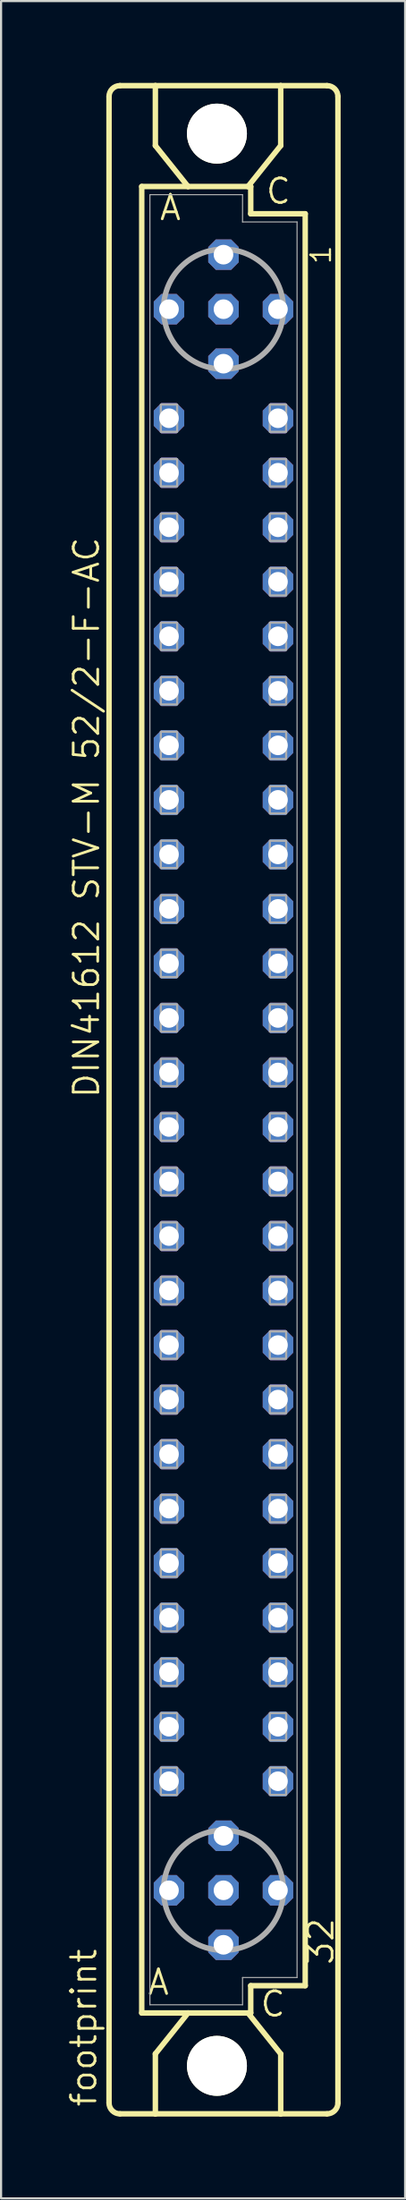
<source format=kicad_pcb>
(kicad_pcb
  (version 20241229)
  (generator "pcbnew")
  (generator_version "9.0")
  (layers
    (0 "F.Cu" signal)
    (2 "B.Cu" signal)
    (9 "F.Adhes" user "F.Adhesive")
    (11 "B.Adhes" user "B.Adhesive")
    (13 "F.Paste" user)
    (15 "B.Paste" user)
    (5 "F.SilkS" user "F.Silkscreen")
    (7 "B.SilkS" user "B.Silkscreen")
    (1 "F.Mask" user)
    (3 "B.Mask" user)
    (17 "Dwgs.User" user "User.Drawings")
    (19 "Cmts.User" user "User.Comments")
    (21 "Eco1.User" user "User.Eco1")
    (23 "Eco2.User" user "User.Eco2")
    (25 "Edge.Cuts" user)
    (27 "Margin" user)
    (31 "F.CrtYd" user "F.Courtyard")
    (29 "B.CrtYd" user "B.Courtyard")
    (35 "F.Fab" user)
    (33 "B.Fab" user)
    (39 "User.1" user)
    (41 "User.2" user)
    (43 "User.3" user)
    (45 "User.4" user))
  (footprint "footprint"
    (layer "F.Cu")
    (at 7.366 48.184)
    (property "Reference" "footprint" (at -5.842 46.99 90) (layer "F.SilkS") (effects (font (size 1.143 1.143) (thickness 0.127)) (justify left bottom)))
    (fp_line (start -5.334 46.736) (end -5.334 -46.736) (stroke (width 0.254) (type solid)) (layer "F.SilkS"))
    (fp_line (start -4.826 -47.244) (end -3.175 -47.244) (stroke (width 0.254) (type solid)) (layer "F.SilkS"))
    (fp_line (start -4.826 47.244) (end -3.175 47.244) (stroke (width 0.254) (type solid)) (layer "F.SilkS"))
    (fp_line (start -3.81 -42.545) (end -3.81 42.545) (stroke (width 0.254) (type solid)) (layer "F.SilkS"))
    (fp_line (start -3.81 42.545) (end -1.651 42.545) (stroke (width 0.254) (type solid)) (layer "F.SilkS"))
    (fp_line (start -3.175 -47.244) (end -3.175 -44.45) (stroke (width 0.254) (type solid)) (layer "F.SilkS"))
    (fp_line (start -3.175 47.244) (end -3.175 44.45) (stroke (width 0.254) (type solid)) (layer "F.SilkS"))
    (fp_line (start -3.175 47.244) (end 2.667 47.244) (stroke (width 0.254) (type solid)) (layer "F.SilkS"))
    (fp_line (start -1.651 -42.545) (end -3.81 -42.545) (stroke (width 0.254) (type solid)) (layer "F.SilkS"))
    (fp_line (start -1.651 -42.545) (end -3.175 -44.45) (stroke (width 0.254) (type solid)) (layer "F.SilkS"))
    (fp_line (start -1.651 42.545) (end -3.175 44.45) (stroke (width 0.254) (type solid)) (layer "F.SilkS"))
    (fp_line (start -1.651 42.545) (end 1.143 42.545) (stroke (width 0.254) (type solid)) (layer "F.SilkS"))
    (fp_line (start 1.143 -42.545) (end -1.651 -42.545) (stroke (width 0.254) (type solid)) (layer "F.SilkS"))
    (fp_line (start 1.143 -42.545) (end 2.667 -44.45) (stroke (width 0.254) (type solid)) (layer "F.SilkS"))
    (fp_line (start 1.143 42.545) (end 1.27 42.545) (stroke (width 0.254) (type solid)) (layer "F.SilkS"))
    (fp_line (start 1.143 42.545) (end 2.667 44.45) (stroke (width 0.254) (type solid)) (layer "F.SilkS"))
    (fp_line (start 1.27 -42.545) (end 1.143 -42.545) (stroke (width 0.254) (type solid)) (layer "F.SilkS"))
    (fp_line (start 1.27 -41.275) (end 1.27 -42.545) (stroke (width 0.254) (type solid)) (layer "F.SilkS"))
    (fp_line (start 1.27 41.275) (end 3.81 41.275) (stroke (width 0.254) (type solid)) (layer "F.SilkS"))
    (fp_line (start 1.27 42.545) (end 1.27 41.275) (stroke (width 0.254) (type solid)) (layer "F.SilkS"))
    (fp_line (start 2.667 -47.244) (end -3.175 -47.244) (stroke (width 0.254) (type solid)) (layer "F.SilkS"))
    (fp_line (start 2.667 -47.244) (end 2.667 -44.45) (stroke (width 0.254) (type solid)) (layer "F.SilkS"))
    (fp_line (start 2.667 47.244) (end 2.667 44.45) (stroke (width 0.254) (type solid)) (layer "F.SilkS"))
    (fp_line (start 2.667 47.244) (end 4.826 47.244) (stroke (width 0.254) (type solid)) (layer "F.SilkS"))
    (fp_line (start 3.81 -41.275) (end 1.27 -41.275) (stroke (width 0.254) (type solid)) (layer "F.SilkS"))
    (fp_line (start 3.81 41.275) (end 3.81 -41.275) (stroke (width 0.254) (type solid)) (layer "F.SilkS"))
    (fp_line (start 4.826 -47.244) (end 2.667 -47.244) (stroke (width 0.254) (type solid)) (layer "F.SilkS"))
    (fp_line (start 5.334 46.736) (end 5.334 -46.736) (stroke (width 0.254) (type solid)) (layer "F.SilkS"))
    (fp_arc (start -5.334 -46.736) (mid -5.18521 -47.09521) (end -4.826 -47.244) (stroke (width 0.254) (type solid)) (layer "F.SilkS"))
    (fp_arc (start -4.826 47.244) (mid -5.18521 47.09521) (end -5.334 46.736) (stroke (width 0.254) (type solid)) (layer "F.SilkS"))
    (fp_arc (start 4.826 -47.244) (mid 5.18521 -47.09521) (end 5.334 -46.736) (stroke (width 0.254) (type solid)) (layer "F.SilkS"))
    (fp_arc (start 5.334 46.736) (mid 5.18521 47.09521) (end 4.826 47.244) (stroke (width 0.254) (type solid)) (layer "F.SilkS"))
    (fp_circle (center -0.305 -45.009) (end 0.965 -45.009) (stroke (width 0.254) (type solid)) (fill no) (layer "F.SilkS"))
    (fp_circle (center -0.305 45.009) (end 0.965 45.009) (stroke (width 0.254) (type solid)) (fill no) (layer "F.SilkS"))
    (fp_line (start -3.429 -42.164) (end -3.429 42.164) (stroke (width 0.051) (type solid)) (layer "F.Fab"))
    (fp_line (start -3.429 -42.164) (end 0.889 -42.164) (stroke (width 0.051) (type solid)) (layer "F.Fab"))
    (fp_line (start -3.429 42.164) (end 0.889 42.164) (stroke (width 0.051) (type solid)) (layer "F.Fab"))
    (fp_line (start 0.889 -42.164) (end 0.889 -40.894) (stroke (width 0.051) (type solid)) (layer "F.Fab"))
    (fp_line (start 0.889 -40.894) (end 3.429 -40.894) (stroke (width 0.051) (type solid)) (layer "F.Fab"))
    (fp_line (start 0.889 40.894) (end 3.429 40.894) (stroke (width 0.051) (type solid)) (layer "F.Fab"))
    (fp_line (start 0.889 42.164) (end 0.889 40.894) (stroke (width 0.051) (type solid)) (layer "F.Fab"))
    (fp_line (start 3.429 -40.894) (end 3.429 40.894) (stroke (width 0.051) (type solid)) (layer "F.Fab"))
    (fp_circle (center 0 -36.83) (end 2.794 -36.83) (stroke (width 0.254) (type solid)) (fill no) (layer "F.Fab"))
    (fp_circle (center 0 36.83) (end 2.794 36.83) (stroke (width 0.254) (type solid)) (fill no) (layer "F.Fab"))
    (fp_poly (pts (xy -2.921 -31.115) (xy -2.159 -31.115) (xy -2.159 -32.385) (xy -2.921 -32.385)) (stroke (width 0.1) (type solid)) (fill no) (layer "F.Fab"))
    (fp_poly (pts (xy -2.921 -28.575) (xy -2.159 -28.575) (xy -2.159 -29.845) (xy -2.921 -29.845)) (stroke (width 0.1) (type solid)) (fill no) (layer "F.Fab"))
    (fp_poly (pts (xy -2.921 -26.035) (xy -2.159 -26.035) (xy -2.159 -27.305) (xy -2.921 -27.305)) (stroke (width 0.1) (type solid)) (fill no) (layer "F.Fab"))
    (fp_poly (pts (xy -2.921 -23.495) (xy -2.159 -23.495) (xy -2.159 -24.765) (xy -2.921 -24.765)) (stroke (width 0.1) (type solid)) (fill no) (layer "F.Fab"))
    (fp_poly (pts (xy -2.921 -20.955) (xy -2.159 -20.955) (xy -2.159 -22.225) (xy -2.921 -22.225)) (stroke (width 0.1) (type solid)) (fill no) (layer "F.Fab"))
    (fp_poly (pts (xy -2.921 -18.415) (xy -2.159 -18.415) (xy -2.159 -19.685) (xy -2.921 -19.685)) (stroke (width 0.1) (type solid)) (fill no) (layer "F.Fab"))
    (fp_poly (pts (xy -2.921 -15.875) (xy -2.159 -15.875) (xy -2.159 -17.145) (xy -2.921 -17.145)) (stroke (width 0.1) (type solid)) (fill no) (layer "F.Fab"))
    (fp_poly (pts (xy -2.921 -13.335) (xy -2.159 -13.335) (xy -2.159 -14.605) (xy -2.921 -14.605)) (stroke (width 0.1) (type solid)) (fill no) (layer "F.Fab"))
    (fp_poly (pts (xy -2.921 -10.795) (xy -2.159 -10.795) (xy -2.159 -12.065) (xy -2.921 -12.065)) (stroke (width 0.1) (type solid)) (fill no) (layer "F.Fab"))
    (fp_poly (pts (xy -2.921 -8.255) (xy -2.159 -8.255) (xy -2.159 -9.525) (xy -2.921 -9.525)) (stroke (width 0.1) (type solid)) (fill no) (layer "F.Fab"))
    (fp_poly (pts (xy -2.921 -5.715) (xy -2.159 -5.715) (xy -2.159 -6.985) (xy -2.921 -6.985)) (stroke (width 0.1) (type solid)) (fill no) (layer "F.Fab"))
    (fp_poly (pts (xy -2.921 -3.175) (xy -2.159 -3.175) (xy -2.159 -4.445) (xy -2.921 -4.445)) (stroke (width 0.1) (type solid)) (fill no) (layer "F.Fab"))
    (fp_poly (pts (xy -2.921 -0.635) (xy -2.159 -0.635) (xy -2.159 -1.905) (xy -2.921 -1.905)) (stroke (width 0.1) (type solid)) (fill no) (layer "F.Fab"))
    (fp_poly (pts (xy -2.921 1.905) (xy -2.159 1.905) (xy -2.159 0.635) (xy -2.921 0.635)) (stroke (width 0.1) (type solid)) (fill no) (layer "F.Fab"))
    (fp_poly (pts (xy -2.921 4.445) (xy -2.159 4.445) (xy -2.159 3.175) (xy -2.921 3.175)) (stroke (width 0.1) (type solid)) (fill no) (layer "F.Fab"))
    (fp_poly (pts (xy -2.921 6.985) (xy -2.159 6.985) (xy -2.159 5.715) (xy -2.921 5.715)) (stroke (width 0.1) (type solid)) (fill no) (layer "F.Fab"))
    (fp_poly (pts (xy -2.921 9.525) (xy -2.159 9.525) (xy -2.159 8.255) (xy -2.921 8.255)) (stroke (width 0.1) (type solid)) (fill no) (layer "F.Fab"))
    (fp_poly (pts (xy -2.921 12.065) (xy -2.159 12.065) (xy -2.159 10.795) (xy -2.921 10.795)) (stroke (width 0.1) (type solid)) (fill no) (layer "F.Fab"))
    (fp_poly (pts (xy -2.921 14.605) (xy -2.159 14.605) (xy -2.159 13.335) (xy -2.921 13.335)) (stroke (width 0.1) (type solid)) (fill no) (layer "F.Fab"))
    (fp_poly (pts (xy -2.921 17.145) (xy -2.159 17.145) (xy -2.159 15.875) (xy -2.921 15.875)) (stroke (width 0.1) (type solid)) (fill no) (layer "F.Fab"))
    (fp_poly (pts (xy -2.921 19.685) (xy -2.159 19.685) (xy -2.159 18.415) (xy -2.921 18.415)) (stroke (width 0.1) (type solid)) (fill no) (layer "F.Fab"))
    (fp_poly (pts (xy -2.921 22.225) (xy -2.159 22.225) (xy -2.159 20.955) (xy -2.921 20.955)) (stroke (width 0.1) (type solid)) (fill no) (layer "F.Fab"))
    (fp_poly (pts (xy -2.921 24.765) (xy -2.159 24.765) (xy -2.159 23.495) (xy -2.921 23.495)) (stroke (width 0.1) (type solid)) (fill no) (layer "F.Fab"))
    (fp_poly (pts (xy -2.921 27.305) (xy -2.159 27.305) (xy -2.159 26.035) (xy -2.921 26.035)) (stroke (width 0.1) (type solid)) (fill no) (layer "F.Fab"))
    (fp_poly (pts (xy -2.921 29.845) (xy -2.159 29.845) (xy -2.159 28.575) (xy -2.921 28.575)) (stroke (width 0.1) (type solid)) (fill no) (layer "F.Fab"))
    (fp_poly (pts (xy -2.921 32.385) (xy -2.159 32.385) (xy -2.159 31.115) (xy -2.921 31.115)) (stroke (width 0.1) (type solid)) (fill no) (layer "F.Fab"))
    (fp_poly (pts (xy 2.159 -31.115) (xy 2.921 -31.115) (xy 2.921 -32.385) (xy 2.159 -32.385)) (stroke (width 0.1) (type solid)) (fill no) (layer "F.Fab"))
    (fp_poly (pts (xy 2.159 -28.575) (xy 2.921 -28.575) (xy 2.921 -29.845) (xy 2.159 -29.845)) (stroke (width 0.1) (type solid)) (fill no) (layer "F.Fab"))
    (fp_poly (pts (xy 2.159 -26.035) (xy 2.921 -26.035) (xy 2.921 -27.305) (xy 2.159 -27.305)) (stroke (width 0.1) (type solid)) (fill no) (layer "F.Fab"))
    (fp_poly (pts (xy 2.159 -23.495) (xy 2.921 -23.495) (xy 2.921 -24.765) (xy 2.159 -24.765)) (stroke (width 0.1) (type solid)) (fill no) (layer "F.Fab"))
    (fp_poly (pts (xy 2.159 -20.955) (xy 2.921 -20.955) (xy 2.921 -22.225) (xy 2.159 -22.225)) (stroke (width 0.1) (type solid)) (fill no) (layer "F.Fab"))
    (fp_poly (pts (xy 2.159 -18.415) (xy 2.921 -18.415) (xy 2.921 -19.685) (xy 2.159 -19.685)) (stroke (width 0.1) (type solid)) (fill no) (layer "F.Fab"))
    (fp_poly (pts (xy 2.159 -15.875) (xy 2.921 -15.875) (xy 2.921 -17.145) (xy 2.159 -17.145)) (stroke (width 0.1) (type solid)) (fill no) (layer "F.Fab"))
    (fp_poly (pts (xy 2.159 -13.335) (xy 2.921 -13.335) (xy 2.921 -14.605) (xy 2.159 -14.605)) (stroke (width 0.1) (type solid)) (fill no) (layer "F.Fab"))
    (fp_poly (pts (xy 2.159 -10.795) (xy 2.921 -10.795) (xy 2.921 -12.065) (xy 2.159 -12.065)) (stroke (width 0.1) (type solid)) (fill no) (layer "F.Fab"))
    (fp_poly (pts (xy 2.159 -8.255) (xy 2.921 -8.255) (xy 2.921 -9.525) (xy 2.159 -9.525)) (stroke (width 0.1) (type solid)) (fill no) (layer "F.Fab"))
    (fp_poly (pts (xy 2.159 -5.715) (xy 2.921 -5.715) (xy 2.921 -6.985) (xy 2.159 -6.985)) (stroke (width 0.1) (type solid)) (fill no) (layer "F.Fab"))
    (fp_poly (pts (xy 2.159 -3.175) (xy 2.921 -3.175) (xy 2.921 -4.445) (xy 2.159 -4.445)) (stroke (width 0.1) (type solid)) (fill no) (layer "F.Fab"))
    (fp_poly (pts (xy 2.159 -0.635) (xy 2.921 -0.635) (xy 2.921 -1.905) (xy 2.159 -1.905)) (stroke (width 0.1) (type solid)) (fill no) (layer "F.Fab"))
    (fp_poly (pts (xy 2.159 1.905) (xy 2.921 1.905) (xy 2.921 0.635) (xy 2.159 0.635)) (stroke (width 0.1) (type solid)) (fill no) (layer "F.Fab"))
    (fp_poly (pts (xy 2.159 4.445) (xy 2.921 4.445) (xy 2.921 3.175) (xy 2.159 3.175)) (stroke (width 0.1) (type solid)) (fill no) (layer "F.Fab"))
    (fp_poly (pts (xy 2.159 6.985) (xy 2.921 6.985) (xy 2.921 5.715) (xy 2.159 5.715)) (stroke (width 0.1) (type solid)) (fill no) (layer "F.Fab"))
    (fp_poly (pts (xy 2.159 9.525) (xy 2.921 9.525) (xy 2.921 8.255) (xy 2.159 8.255)) (stroke (width 0.1) (type solid)) (fill no) (layer "F.Fab"))
    (fp_poly (pts (xy 2.159 12.065) (xy 2.921 12.065) (xy 2.921 10.795) (xy 2.159 10.795)) (stroke (width 0.1) (type solid)) (fill no) (layer "F.Fab"))
    (fp_poly (pts (xy 2.159 14.605) (xy 2.921 14.605) (xy 2.921 13.335) (xy 2.159 13.335)) (stroke (width 0.1) (type solid)) (fill no) (layer "F.Fab"))
    (fp_poly (pts (xy 2.159 17.145) (xy 2.921 17.145) (xy 2.921 15.875) (xy 2.159 15.875)) (stroke (width 0.1) (type solid)) (fill no) (layer "F.Fab"))
    (fp_poly (pts (xy 2.159 19.685) (xy 2.921 19.685) (xy 2.921 18.415) (xy 2.159 18.415)) (stroke (width 0.1) (type solid)) (fill no) (layer "F.Fab"))
    (fp_poly (pts (xy 2.159 22.225) (xy 2.921 22.225) (xy 2.921 20.955) (xy 2.159 20.955)) (stroke (width 0.1) (type solid)) (fill no) (layer "F.Fab"))
    (fp_poly (pts (xy 2.159 24.765) (xy 2.921 24.765) (xy 2.921 23.495) (xy 2.159 23.495)) (stroke (width 0.1) (type solid)) (fill no) (layer "F.Fab"))
    (fp_poly (pts (xy 2.159 27.305) (xy 2.921 27.305) (xy 2.921 26.035) (xy 2.159 26.035)) (stroke (width 0.1) (type solid)) (fill no) (layer "F.Fab"))
    (fp_poly (pts (xy 2.159 29.845) (xy 2.921 29.845) (xy 2.921 28.575) (xy 2.159 28.575)) (stroke (width 0.1) (type solid)) (fill no) (layer "F.Fab"))
    (fp_poly (pts (xy 2.159 32.385) (xy 2.921 32.385) (xy 2.921 31.115) (xy 2.159 31.115)) (stroke (width 0.1) (type solid)) (fill no) (layer "F.Fab"))
    (fp_text user "A" (at -3.048 -40.894 0) (layer "F.SilkS") (effects (font (size 1.143 1.143) (thickness 0.127)) (justify left bottom)))
    (fp_text user "1" (at 5.08 -38.862 90) (layer "F.SilkS") (effects (font (size 0.914 0.914) (thickness 0.102)) (justify left bottom)))
    (fp_text user " C " (at 0.778 42.799 0) (layer "F.SilkS") (effects (font (size 1.143 1.143) (thickness 0.127)) (justify left bottom)))
    (fp_text user "DIN41612 STV-M 52/2-F-AC" (at -5.715 0 90) (layer "F.SilkS") (effects (font (size 1.143 1.143) (thickness 0.127)) (justify left bottom)))
    (fp_text user "C" (at 1.905 -41.656 0) (layer "F.SilkS") (effects (font (size 1.143 1.143) (thickness 0.127)) (justify left bottom)))
    (fp_text user " A " (at -4.475 41.783 0) (layer "F.SilkS") (effects (font (size 1.143 1.143) (thickness 0.127)) (justify left bottom)))
    (fp_text user "32" (at 5.207 40.386 90) (layer "F.SilkS") (effects (font (size 1.143 1.143) (thickness 0.127)) (justify left bottom)))
    (pad "" np_thru_hole circle (at -0.305 -45.009) (size 2.794 2.794) (drill 2.794) (layers "*.Cu" "*.Mask"))
    (pad "" np_thru_hole circle (at -0.305 45.009) (size 2.794 2.794) (drill 2.794) (layers "*.Cu" "*.Mask"))
    (pad "A2" thru_hole roundrect (at -2.54 -36.83) (size 1.422 1.422) (drill 0.914) (layers "*.Cu" "*.Mask") (roundrect_rratio 0.25) (chamfer_ratio 0.25) (chamfer top_left top_right bottom_left bottom_right))
    (pad "A4" thru_hole roundrect (at -2.54 -31.75) (size 1.422 1.422) (drill 0.914) (layers "*.Cu" "*.Mask") (roundrect_rratio 0.25) (chamfer_ratio 0.25) (chamfer top_left top_right bottom_left bottom_right))
    (pad "A5" thru_hole roundrect (at -2.54 -29.21) (size 1.422 1.422) (drill 0.914) (layers "*.Cu" "*.Mask") (roundrect_rratio 0.25) (chamfer_ratio 0.25) (chamfer top_left top_right bottom_left bottom_right))
    (pad "A6" thru_hole roundrect (at -2.54 -26.67) (size 1.422 1.422) (drill 0.914) (layers "*.Cu" "*.Mask") (roundrect_rratio 0.25) (chamfer_ratio 0.25) (chamfer top_left top_right bottom_left bottom_right))
    (pad "A7" thru_hole roundrect (at -2.54 -24.13) (size 1.422 1.422) (drill 0.914) (layers "*.Cu" "*.Mask") (roundrect_rratio 0.25) (chamfer_ratio 0.25) (chamfer top_left top_right bottom_left bottom_right))
    (pad "A8" thru_hole roundrect (at -2.54 -21.59) (size 1.422 1.422) (drill 0.914) (layers "*.Cu" "*.Mask") (roundrect_rratio 0.25) (chamfer_ratio 0.25) (chamfer top_left top_right bottom_left bottom_right))
    (pad "A9" thru_hole roundrect (at -2.54 -19.05) (size 1.422 1.422) (drill 0.914) (layers "*.Cu" "*.Mask") (roundrect_rratio 0.25) (chamfer_ratio 0.25) (chamfer top_left top_right bottom_left bottom_right))
    (pad "A10" thru_hole roundrect (at -2.54 -16.51) (size 1.422 1.422) (drill 0.914) (layers "*.Cu" "*.Mask") (roundrect_rratio 0.25) (chamfer_ratio 0.25) (chamfer top_left top_right bottom_left bottom_right))
    (pad "A11" thru_hole roundrect (at -2.54 -13.97) (size 1.422 1.422) (drill 0.914) (layers "*.Cu" "*.Mask") (roundrect_rratio 0.25) (chamfer_ratio 0.25) (chamfer top_left top_right bottom_left bottom_right))
    (pad "A12" thru_hole roundrect (at -2.54 -11.43) (size 1.422 1.422) (drill 0.914) (layers "*.Cu" "*.Mask") (roundrect_rratio 0.25) (chamfer_ratio 0.25) (chamfer top_left top_right bottom_left bottom_right))
    (pad "A13" thru_hole roundrect (at -2.54 -8.89) (size 1.422 1.422) (drill 0.914) (layers "*.Cu" "*.Mask") (roundrect_rratio 0.25) (chamfer_ratio 0.25) (chamfer top_left top_right bottom_left bottom_right))
    (pad "A14" thru_hole roundrect (at -2.54 -6.35) (size 1.422 1.422) (drill 0.914) (layers "*.Cu" "*.Mask") (roundrect_rratio 0.25) (chamfer_ratio 0.25) (chamfer top_left top_right bottom_left bottom_right))
    (pad "A15" thru_hole roundrect (at -2.54 -3.81) (size 1.422 1.422) (drill 0.914) (layers "*.Cu" "*.Mask") (roundrect_rratio 0.25) (chamfer_ratio 0.25) (chamfer top_left top_right bottom_left bottom_right))
    (pad "A16" thru_hole roundrect (at -2.54 -1.27) (size 1.422 1.422) (drill 0.914) (layers "*.Cu" "*.Mask") (roundrect_rratio 0.25) (chamfer_ratio 0.25) (chamfer top_left top_right bottom_left bottom_right))
    (pad "A17" thru_hole roundrect (at -2.54 1.27) (size 1.422 1.422) (drill 0.914) (layers "*.Cu" "*.Mask") (roundrect_rratio 0.25) (chamfer_ratio 0.25) (chamfer top_left top_right bottom_left bottom_right))
    (pad "A18" thru_hole roundrect (at -2.54 3.81) (size 1.422 1.422) (drill 0.914) (layers "*.Cu" "*.Mask") (roundrect_rratio 0.25) (chamfer_ratio 0.25) (chamfer top_left top_right bottom_left bottom_right))
    (pad "A19" thru_hole roundrect (at -2.54 6.35) (size 1.422 1.422) (drill 0.914) (layers "*.Cu" "*.Mask") (roundrect_rratio 0.25) (chamfer_ratio 0.25) (chamfer top_left top_right bottom_left bottom_right))
    (pad "A20" thru_hole roundrect (at -2.54 8.89) (size 1.422 1.422) (drill 0.914) (layers "*.Cu" "*.Mask") (roundrect_rratio 0.25) (chamfer_ratio 0.25) (chamfer top_left top_right bottom_left bottom_right))
    (pad "A21" thru_hole roundrect (at -2.54 11.43) (size 1.422 1.422) (drill 0.914) (layers "*.Cu" "*.Mask") (roundrect_rratio 0.25) (chamfer_ratio 0.25) (chamfer top_left top_right bottom_left bottom_right))
    (pad "A22" thru_hole roundrect (at -2.54 13.97) (size 1.422 1.422) (drill 0.914) (layers "*.Cu" "*.Mask") (roundrect_rratio 0.25) (chamfer_ratio 0.25) (chamfer top_left top_right bottom_left bottom_right))
    (pad "A23" thru_hole roundrect (at -2.54 16.51) (size 1.422 1.422) (drill 0.914) (layers "*.Cu" "*.Mask") (roundrect_rratio 0.25) (chamfer_ratio 0.25) (chamfer top_left top_right bottom_left bottom_right))
    (pad "A24" thru_hole roundrect (at -2.54 19.05) (size 1.422 1.422) (drill 0.914) (layers "*.Cu" "*.Mask") (roundrect_rratio 0.25) (chamfer_ratio 0.25) (chamfer top_left top_right bottom_left bottom_right))
    (pad "A25" thru_hole roundrect (at -2.54 21.59) (size 1.422 1.422) (drill 0.914) (layers "*.Cu" "*.Mask") (roundrect_rratio 0.25) (chamfer_ratio 0.25) (chamfer top_left top_right bottom_left bottom_right))
    (pad "A26" thru_hole roundrect (at -2.54 24.13) (size 1.422 1.422) (drill 0.914) (layers "*.Cu" "*.Mask") (roundrect_rratio 0.25) (chamfer_ratio 0.25) (chamfer top_left top_right bottom_left bottom_right))
    (pad "A27" thru_hole roundrect (at -2.54 26.67) (size 1.422 1.422) (drill 0.914) (layers "*.Cu" "*.Mask") (roundrect_rratio 0.25) (chamfer_ratio 0.25) (chamfer top_left top_right bottom_left bottom_right))
    (pad "A28" thru_hole roundrect (at -2.54 29.21) (size 1.422 1.422) (drill 0.914) (layers "*.Cu" "*.Mask") (roundrect_rratio 0.25) (chamfer_ratio 0.25) (chamfer top_left top_right bottom_left bottom_right))
    (pad "A29" thru_hole roundrect (at -2.54 31.75) (size 1.422 1.422) (drill 0.914) (layers "*.Cu" "*.Mask") (roundrect_rratio 0.25) (chamfer_ratio 0.25) (chamfer top_left top_right bottom_left bottom_right))
    (pad "A31" thru_hole roundrect (at -2.54 36.83) (size 1.422 1.422) (drill 0.914) (layers "*.Cu" "*.Mask") (roundrect_rratio 0.25) (chamfer_ratio 0.25) (chamfer top_left top_right bottom_left bottom_right))
    (pad "B1" thru_hole roundrect (at 0 -39.37) (size 1.422 1.422) (drill 0.914) (layers "*.Cu" "*.Mask") (roundrect_rratio 0.25) (chamfer_ratio 0.25) (chamfer top_left top_right bottom_left bottom_right))
    (pad "B2" thru_hole roundrect (at 0 -36.83) (size 1.422 1.422) (drill 0.914) (layers "*.Cu" "*.Mask") (roundrect_rratio 0.25) (chamfer_ratio 0.25) (chamfer top_left top_right bottom_left bottom_right))
    (pad "B3" thru_hole roundrect (at 0 -34.29) (size 1.422 1.422) (drill 0.914) (layers "*.Cu" "*.Mask") (roundrect_rratio 0.25) (chamfer_ratio 0.25) (chamfer top_left top_right bottom_left bottom_right))
    (pad "B30" thru_hole roundrect (at 0 34.29) (size 1.422 1.422) (drill 0.914) (layers "*.Cu" "*.Mask") (roundrect_rratio 0.25) (chamfer_ratio 0.25) (chamfer top_left top_right bottom_left bottom_right))
    (pad "B31" thru_hole roundrect (at 0 36.83) (size 1.422 1.422) (drill 0.914) (layers "*.Cu" "*.Mask") (roundrect_rratio 0.25) (chamfer_ratio 0.25) (chamfer top_left top_right bottom_left bottom_right))
    (pad "B32" thru_hole roundrect (at 0 39.37) (size 1.422 1.422) (drill 0.914) (layers "*.Cu" "*.Mask") (roundrect_rratio 0.25) (chamfer_ratio 0.25) (chamfer top_left top_right bottom_left bottom_right))
    (pad "C2" thru_hole roundrect (at 2.54 -36.83) (size 1.422 1.422) (drill 0.914) (layers "*.Cu" "*.Mask") (roundrect_rratio 0.25) (chamfer_ratio 0.25) (chamfer top_left top_right bottom_left bottom_right))
    (pad "C4" thru_hole roundrect (at 2.54 -31.75) (size 1.422 1.422) (drill 0.914) (layers "*.Cu" "*.Mask") (roundrect_rratio 0.25) (chamfer_ratio 0.25) (chamfer top_left top_right bottom_left bottom_right))
    (pad "C5" thru_hole roundrect (at 2.54 -29.21) (size 1.422 1.422) (drill 0.914) (layers "*.Cu" "*.Mask") (roundrect_rratio 0.25) (chamfer_ratio 0.25) (chamfer top_left top_right bottom_left bottom_right))
    (pad "C6" thru_hole roundrect (at 2.54 -26.67) (size 1.422 1.422) (drill 0.914) (layers "*.Cu" "*.Mask") (roundrect_rratio 0.25) (chamfer_ratio 0.25) (chamfer top_left top_right bottom_left bottom_right))
    (pad "C7" thru_hole roundrect (at 2.54 -24.13) (size 1.422 1.422) (drill 0.914) (layers "*.Cu" "*.Mask") (roundrect_rratio 0.25) (chamfer_ratio 0.25) (chamfer top_left top_right bottom_left bottom_right))
    (pad "C8" thru_hole roundrect (at 2.54 -21.59) (size 1.422 1.422) (drill 0.914) (layers "*.Cu" "*.Mask") (roundrect_rratio 0.25) (chamfer_ratio 0.25) (chamfer top_left top_right bottom_left bottom_right))
    (pad "C9" thru_hole roundrect (at 2.54 -19.05) (size 1.422 1.422) (drill 0.914) (layers "*.Cu" "*.Mask") (roundrect_rratio 0.25) (chamfer_ratio 0.25) (chamfer top_left top_right bottom_left bottom_right))
    (pad "C10" thru_hole roundrect (at 2.54 -16.51) (size 1.422 1.422) (drill 0.914) (layers "*.Cu" "*.Mask") (roundrect_rratio 0.25) (chamfer_ratio 0.25) (chamfer top_left top_right bottom_left bottom_right))
    (pad "C11" thru_hole roundrect (at 2.54 -13.97) (size 1.422 1.422) (drill 0.914) (layers "*.Cu" "*.Mask") (roundrect_rratio 0.25) (chamfer_ratio 0.25) (chamfer top_left top_right bottom_left bottom_right))
    (pad "C12" thru_hole roundrect (at 2.54 -11.43) (size 1.422 1.422) (drill 0.914) (layers "*.Cu" "*.Mask") (roundrect_rratio 0.25) (chamfer_ratio 0.25) (chamfer top_left top_right bottom_left bottom_right))
    (pad "C13" thru_hole roundrect (at 2.54 -8.89) (size 1.422 1.422) (drill 0.914) (layers "*.Cu" "*.Mask") (roundrect_rratio 0.25) (chamfer_ratio 0.25) (chamfer top_left top_right bottom_left bottom_right))
    (pad "C14" thru_hole roundrect (at 2.54 -6.35) (size 1.422 1.422) (drill 0.914) (layers "*.Cu" "*.Mask") (roundrect_rratio 0.25) (chamfer_ratio 0.25) (chamfer top_left top_right bottom_left bottom_right))
    (pad "C15" thru_hole roundrect (at 2.54 -3.81) (size 1.422 1.422) (drill 0.914) (layers "*.Cu" "*.Mask") (roundrect_rratio 0.25) (chamfer_ratio 0.25) (chamfer top_left top_right bottom_left bottom_right))
    (pad "C16" thru_hole roundrect (at 2.54 -1.27) (size 1.422 1.422) (drill 0.914) (layers "*.Cu" "*.Mask") (roundrect_rratio 0.25) (chamfer_ratio 0.25) (chamfer top_left top_right bottom_left bottom_right))
    (pad "C17" thru_hole roundrect (at 2.54 1.27) (size 1.422 1.422) (drill 0.914) (layers "*.Cu" "*.Mask") (roundrect_rratio 0.25) (chamfer_ratio 0.25) (chamfer top_left top_right bottom_left bottom_right))
    (pad "C18" thru_hole roundrect (at 2.54 3.81) (size 1.422 1.422) (drill 0.914) (layers "*.Cu" "*.Mask") (roundrect_rratio 0.25) (chamfer_ratio 0.25) (chamfer top_left top_right bottom_left bottom_right))
    (pad "C19" thru_hole roundrect (at 2.54 6.35) (size 1.422 1.422) (drill 0.914) (layers "*.Cu" "*.Mask") (roundrect_rratio 0.25) (chamfer_ratio 0.25) (chamfer top_left top_right bottom_left bottom_right))
    (pad "C20" thru_hole roundrect (at 2.54 8.89) (size 1.422 1.422) (drill 0.914) (layers "*.Cu" "*.Mask") (roundrect_rratio 0.25) (chamfer_ratio 0.25) (chamfer top_left top_right bottom_left bottom_right))
    (pad "C21" thru_hole roundrect (at 2.54 11.43) (size 1.422 1.422) (drill 0.914) (layers "*.Cu" "*.Mask") (roundrect_rratio 0.25) (chamfer_ratio 0.25) (chamfer top_left top_right bottom_left bottom_right))
    (pad "C22" thru_hole roundrect (at 2.54 13.97) (size 1.422 1.422) (drill 0.914) (layers "*.Cu" "*.Mask") (roundrect_rratio 0.25) (chamfer_ratio 0.25) (chamfer top_left top_right bottom_left bottom_right))
    (pad "C23" thru_hole roundrect (at 2.54 16.51) (size 1.422 1.422) (drill 0.914) (layers "*.Cu" "*.Mask") (roundrect_rratio 0.25) (chamfer_ratio 0.25) (chamfer top_left top_right bottom_left bottom_right))
    (pad "C24" thru_hole roundrect (at 2.54 19.05) (size 1.422 1.422) (drill 0.914) (layers "*.Cu" "*.Mask") (roundrect_rratio 0.25) (chamfer_ratio 0.25) (chamfer top_left top_right bottom_left bottom_right))
    (pad "C25" thru_hole roundrect (at 2.54 21.59) (size 1.422 1.422) (drill 0.914) (layers "*.Cu" "*.Mask") (roundrect_rratio 0.25) (chamfer_ratio 0.25) (chamfer top_left top_right bottom_left bottom_right))
    (pad "C26" thru_hole roundrect (at 2.54 24.13) (size 1.422 1.422) (drill 0.914) (layers "*.Cu" "*.Mask") (roundrect_rratio 0.25) (chamfer_ratio 0.25) (chamfer top_left top_right bottom_left bottom_right))
    (pad "C27" thru_hole roundrect (at 2.54 26.67) (size 1.422 1.422) (drill 0.914) (layers "*.Cu" "*.Mask") (roundrect_rratio 0.25) (chamfer_ratio 0.25) (chamfer top_left top_right bottom_left bottom_right))
    (pad "C28" thru_hole roundrect (at 2.54 29.21) (size 1.422 1.422) (drill 0.914) (layers "*.Cu" "*.Mask") (roundrect_rratio 0.25) (chamfer_ratio 0.25) (chamfer top_left top_right bottom_left bottom_right))
    (pad "C29" thru_hole roundrect (at 2.54 31.75) (size 1.422 1.422) (drill 0.914) (layers "*.Cu" "*.Mask") (roundrect_rratio 0.25) (chamfer_ratio 0.25) (chamfer top_left top_right bottom_left bottom_right))
    (pad "C31" thru_hole roundrect (at 2.54 36.83) (size 1.422 1.422) (drill 0.914) (layers "*.Cu" "*.Mask") (roundrect_rratio 0.25) (chamfer_ratio 0.25) (chamfer top_left top_right bottom_left bottom_right))
    (zone (net_name "") (layers "F.Cu" "B.Cu") (hatch edge 0.508) (connect_pads) (min_thickness 0.254) (filled_areas_thickness no) (keepout (tracks allowed) (vias not_allowed) (pads allowed) (copperpour allowed) (footprints allowed)) (placement (enabled no)) (fill) (polygon (pts (xy 10.236 3.175) (xy 10.188 2.624) (xy 10.045 2.089) (xy 9.811 1.587) (xy 9.493 1.134) (xy 9.102 0.743) (xy 8.649 0.425) (xy 8.147 0.191) (xy 7.613 0.048) (xy 7.061 0) (xy 6.51 0.048) (xy 5.975 0.191) (xy 5.474 0.425) (xy 5.02 0.743) (xy 4.629 1.134) (xy 4.312 1.587) (xy 4.078 2.089) (xy 3.934 2.624) (xy 3.886 3.175) (xy 3.934 3.726) (xy 4.078 4.261) (xy 4.312 4.763) (xy 4.629 5.216) (xy 5.02 5.607) (xy 5.474 5.925) (xy 5.975 6.159) (xy 6.51 6.302) (xy 7.061 6.35) (xy 7.613 6.302) (xy 8.147 6.159) (xy 8.649 5.925) (xy 9.102 5.607) (xy 9.493 5.216) (xy 9.811 4.763) (xy 10.045 4.261) (xy 10.188 3.726))) (polygon (pts (xy 8.458 3.175) (xy 8.437 2.932) (xy 8.374 2.697) (xy 8.271 2.477) (xy 8.131 2.277) (xy 7.959 2.105) (xy 7.76 1.965) (xy 7.539 1.862) (xy 7.304 1.799) (xy 7.061 1.778) (xy 6.819 1.799) (xy 6.583 1.862) (xy 6.363 1.965) (xy 6.163 2.105) (xy 5.991 2.277) (xy 5.851 2.477) (xy 5.748 2.697) (xy 5.685 2.932) (xy 5.664 3.175) (xy 5.685 3.418) (xy 5.748 3.653) (xy 5.851 3.873) (xy 5.991 4.073) (xy 6.163 4.245) (xy 6.363 4.385) (xy 6.583 4.488) (xy 6.819 4.551) (xy 7.061 4.572) (xy 7.304 4.551) (xy 7.539 4.488) (xy 7.76 4.385) (xy 7.959 4.245) (xy 8.131 4.073) (xy 8.271 3.873) (xy 8.374 3.653) (xy 8.437 3.418))))
    (zone (net_name "") (layers "F.Cu" "B.Cu") (hatch edge 0.508) (connect_pads) (min_thickness 0.254) (filled_areas_thickness no) (keepout (tracks allowed) (vias not_allowed) (pads allowed) (copperpour allowed) (footprints allowed)) (placement (enabled no)) (fill) (polygon (pts (xy 10.236 93.193) (xy 10.188 92.641) (xy 10.045 92.107) (xy 9.811 91.605) (xy 9.493 91.152) (xy 9.102 90.76) (xy 8.649 90.443) (xy 8.147 90.209) (xy 7.613 90.066) (xy 7.061 90.018) (xy 6.51 90.066) (xy 5.975 90.209) (xy 5.474 90.443) (xy 5.02 90.76) (xy 4.629 91.152) (xy 4.312 91.605) (xy 4.078 92.107) (xy 3.934 92.641) (xy 3.886 93.193) (xy 3.934 93.744) (xy 4.078 94.279) (xy 4.312 94.78) (xy 4.629 95.233) (xy 5.02 95.625) (xy 5.474 95.942) (xy 5.975 96.176) (xy 6.51 96.319) (xy 7.061 96.368) (xy 7.613 96.319) (xy 8.147 96.176) (xy 8.649 95.942) (xy 9.102 95.625) (xy 9.493 95.233) (xy 9.811 94.78) (xy 10.045 94.279) (xy 10.188 93.744))) (polygon (pts (xy 8.458 93.193) (xy 8.437 92.95) (xy 8.374 92.715) (xy 8.271 92.494) (xy 8.131 92.295) (xy 7.959 92.122) (xy 7.76 91.983) (xy 7.539 91.88) (xy 7.304 91.817) (xy 7.061 91.796) (xy 6.819 91.817) (xy 6.583 91.88) (xy 6.363 91.983) (xy 6.163 92.122) (xy 5.991 92.295) (xy 5.851 92.494) (xy 5.748 92.715) (xy 5.685 92.95) (xy 5.664 93.193) (xy 5.685 93.435) (xy 5.748 93.67) (xy 5.851 93.891) (xy 5.991 94.091) (xy 6.163 94.263) (xy 6.363 94.402) (xy 6.583 94.505) (xy 6.819 94.568) (xy 7.061 94.59) (xy 7.304 94.568) (xy 7.539 94.505) (xy 7.76 94.402) (xy 7.959 94.263) (xy 8.131 94.091) (xy 8.271 93.891) (xy 8.374 93.67) (xy 8.437 93.435))))
    (zone (net_name "") (layer "B.Cu") (hatch edge 0.508) (connect_pads) (min_thickness 0.254) (filled_areas_thickness no) (keepout (tracks not_allowed) (vias not_allowed) (pads not_allowed) (copperpour not_allowed) (footprints allowed)) (placement (enabled no)) (fill) (polygon (pts (xy 10.236 3.175) (xy 10.188 2.624) (xy 10.045 2.089) (xy 9.811 1.587) (xy 9.493 1.134) (xy 9.102 0.743) (xy 8.649 0.425) (xy 8.147 0.191) (xy 7.613 0.048) (xy 7.061 0) (xy 6.51 0.048) (xy 5.975 0.191) (xy 5.474 0.425) (xy 5.02 0.743) (xy 4.629 1.134) (xy 4.312 1.587) (xy 4.078 2.089) (xy 3.934 2.624) (xy 3.886 3.175) (xy 3.934 3.726) (xy 4.078 4.261) (xy 4.312 4.763) (xy 4.629 5.216) (xy 5.02 5.607) (xy 5.474 5.925) (xy 5.975 6.159) (xy 6.51 6.302) (xy 7.061 6.35) (xy 7.613 6.302) (xy 8.147 6.159) (xy 8.649 5.925) (xy 9.102 5.607) (xy 9.493 5.216) (xy 9.811 4.763) (xy 10.045 4.261) (xy 10.188 3.726))) (polygon (pts (xy 8.458 3.175) (xy 8.437 2.932) (xy 8.374 2.697) (xy 8.271 2.477) (xy 8.131 2.277) (xy 7.959 2.105) (xy 7.76 1.965) (xy 7.539 1.862) (xy 7.304 1.799) (xy 7.061 1.778) (xy 6.819 1.799) (xy 6.583 1.862) (xy 6.363 1.965) (xy 6.163 2.105) (xy 5.991 2.277) (xy 5.851 2.477) (xy 5.748 2.697) (xy 5.685 2.932) (xy 5.664 3.175) (xy 5.685 3.418) (xy 5.748 3.653) (xy 5.851 3.873) (xy 5.991 4.073) (xy 6.163 4.245) (xy 6.363 4.385) (xy 6.583 4.488) (xy 6.819 4.551) (xy 7.061 4.572) (xy 7.304 4.551) (xy 7.539 4.488) (xy 7.76 4.385) (xy 7.959 4.245) (xy 8.131 4.073) (xy 8.271 3.873) (xy 8.374 3.653) (xy 8.437 3.418))))
    (zone (net_name "") (layer "B.Cu") (hatch edge 0.508) (connect_pads) (min_thickness 0.254) (filled_areas_thickness no) (keepout (tracks not_allowed) (vias not_allowed) (pads not_allowed) (copperpour not_allowed) (footprints allowed)) (placement (enabled no)) (fill) (polygon (pts (xy 10.236 93.193) (xy 10.188 92.641) (xy 10.045 92.107) (xy 9.811 91.605) (xy 9.493 91.152) (xy 9.102 90.76) (xy 8.649 90.443) (xy 8.147 90.209) (xy 7.613 90.066) (xy 7.061 90.018) (xy 6.51 90.066) (xy 5.975 90.209) (xy 5.474 90.443) (xy 5.02 90.76) (xy 4.629 91.152) (xy 4.312 91.605) (xy 4.078 92.107) (xy 3.934 92.641) (xy 3.886 93.193) (xy 3.934 93.744) (xy 4.078 94.279) (xy 4.312 94.78) (xy 4.629 95.233) (xy 5.02 95.625) (xy 5.474 95.942) (xy 5.975 96.176) (xy 6.51 96.319) (xy 7.061 96.368) (xy 7.613 96.319) (xy 8.147 96.176) (xy 8.649 95.942) (xy 9.102 95.625) (xy 9.493 95.233) (xy 9.811 94.78) (xy 10.045 94.279) (xy 10.188 93.744))) (polygon (pts (xy 8.458 93.193) (xy 8.437 92.95) (xy 8.374 92.715) (xy 8.271 92.494) (xy 8.131 92.295) (xy 7.959 92.122) (xy 7.76 91.983) (xy 7.539 91.88) (xy 7.304 91.817) (xy 7.061 91.796) (xy 6.819 91.817) (xy 6.583 91.88) (xy 6.363 91.983) (xy 6.163 92.122) (xy 5.991 92.295) (xy 5.851 92.494) (xy 5.748 92.715) (xy 5.685 92.95) (xy 5.664 93.193) (xy 5.685 93.435) (xy 5.748 93.67) (xy 5.851 93.891) (xy 5.991 94.091) (xy 6.163 94.263) (xy 6.363 94.402) (xy 6.583 94.505) (xy 6.819 94.568) (xy 7.061 94.59) (xy 7.304 94.568) (xy 7.539 94.505) (xy 7.76 94.402) (xy 7.959 94.263) (xy 8.131 94.091) (xy 8.271 93.891) (xy 8.374 93.67) (xy 8.437 93.435)))))
  (gr_rect
    (start -3 -3)
    (end 15.832 99.368)
    (stroke (width 0.1) (type default))
    (fill no)
    (layer "Edge.Cuts")))
</source>
